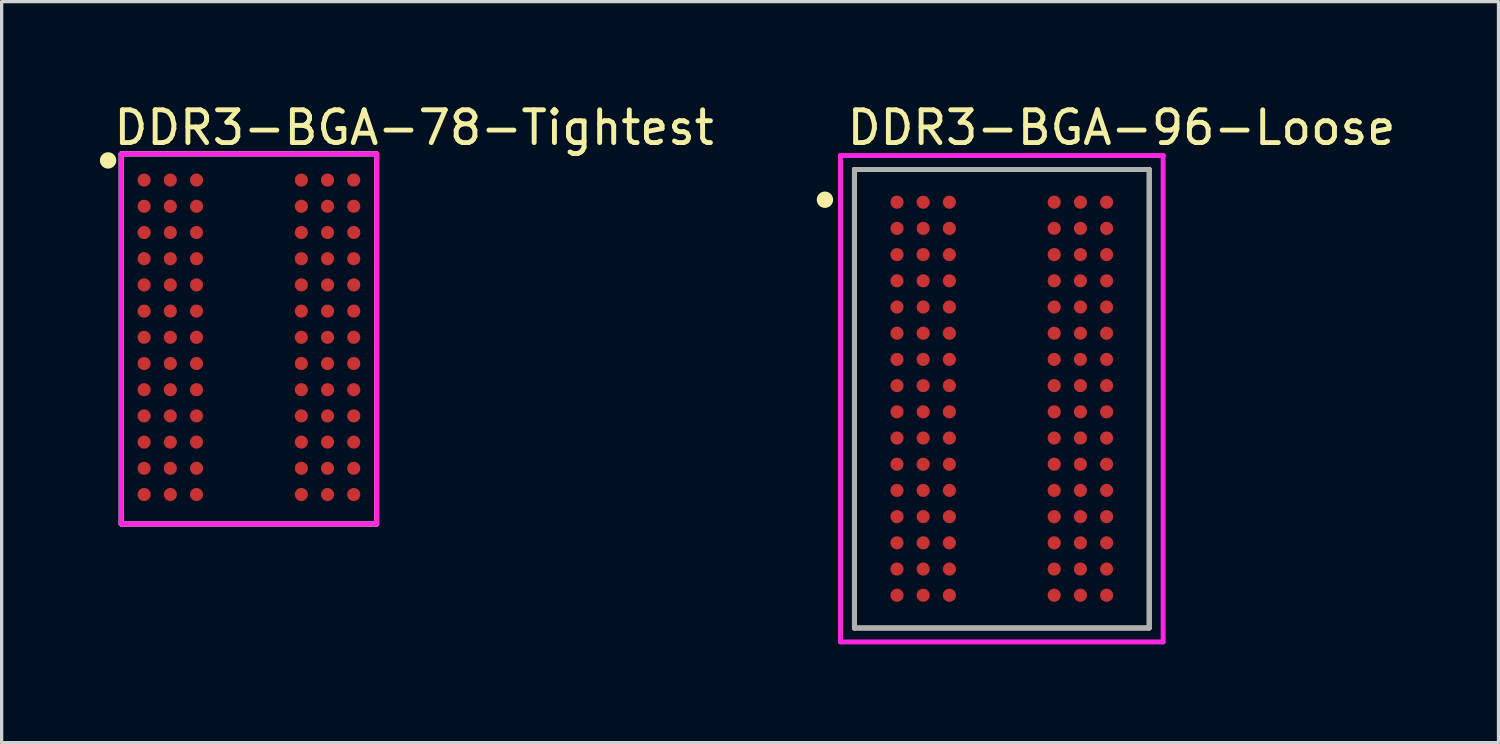
<source format=kicad_pcb>
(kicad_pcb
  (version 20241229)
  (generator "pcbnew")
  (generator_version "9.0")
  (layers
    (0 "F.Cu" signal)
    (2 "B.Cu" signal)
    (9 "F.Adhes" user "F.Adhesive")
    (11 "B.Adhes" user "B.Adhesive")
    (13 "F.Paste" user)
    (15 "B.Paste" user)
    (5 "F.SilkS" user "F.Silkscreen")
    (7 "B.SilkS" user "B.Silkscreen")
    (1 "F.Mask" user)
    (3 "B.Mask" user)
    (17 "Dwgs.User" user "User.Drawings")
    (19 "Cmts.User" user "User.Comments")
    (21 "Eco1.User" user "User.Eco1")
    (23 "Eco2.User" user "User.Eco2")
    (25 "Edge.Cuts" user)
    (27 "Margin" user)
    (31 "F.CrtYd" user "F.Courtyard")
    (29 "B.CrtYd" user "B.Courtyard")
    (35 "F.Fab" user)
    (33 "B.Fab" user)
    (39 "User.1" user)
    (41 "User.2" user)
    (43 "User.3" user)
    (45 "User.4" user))
  (footprint "DDR3-BGA-96-Loose"
    (layer "F.Cu")
    (at 27.536 9.123)
    (property "Reference" "DDR3-BGA-96-Loose" (at -4.8 -8.275 0) (layer "F.SilkS") (effects (font (size 1 1) (thickness 0.15)) (justify left)))
    (attr through_hole)
    (fp_line (start -4.5 -7) (end 4.5 -7) (stroke (width 0.15) (type solid)) (layer "F.SilkS"))
    (fp_line (start -4.5 7) (end -4.5 -7) (stroke (width 0.15) (type solid)) (layer "F.SilkS"))
    (fp_line (start 4.5 -7) (end 4.5 7) (stroke (width 0.15) (type solid)) (layer "F.SilkS"))
    (fp_line (start 4.5 7) (end -4.5 7) (stroke (width 0.15) (type solid)) (layer "F.SilkS"))
    (fp_circle (center -5.4 -6.075) (end -5.275 -6.075) (stroke (width 0.25) (type solid)) (fill no) (layer "F.SilkS"))
    (fp_line (start -4.925 -7.425) (end -4.925 7.425) (stroke (width 0.15) (type solid)) (layer "F.CrtYd"))
    (fp_line (start -4.925 7.425) (end 4.925 7.425) (stroke (width 0.15) (type solid)) (layer "F.CrtYd"))
    (fp_line (start 4.925 -7.425) (end -4.925 -7.425) (stroke (width 0.15) (type solid)) (layer "F.CrtYd"))
    (fp_line (start 4.925 -7.425) (end 4.925 -7.425) (stroke (width 0.15) (type solid)) (layer "F.CrtYd"))
    (fp_line (start 4.925 7.425) (end 4.925 -7.425) (stroke (width 0.15) (type solid)) (layer "F.CrtYd"))
    (fp_line (start -4.5 -7) (end 4.5 -7) (stroke (width 0.15) (type solid)) (layer "F.Fab"))
    (fp_line (start -4.5 7) (end -4.5 -7) (stroke (width 0.15) (type solid)) (layer "F.Fab"))
    (fp_line (start 4.5 -7) (end 4.5 7) (stroke (width 0.15) (type solid)) (layer "F.Fab"))
    (fp_line (start 4.5 7) (end -4.5 7) (stroke (width 0.15) (type solid)) (layer "F.Fab"))
    (pad "A1" smd circle (at -3.2 -6) (size 0.4 0.4) (layers "F.Cu" "F.Mask" "F.Paste"))
    (pad "A2" smd circle (at -2.4 -6) (size 0.4 0.4) (layers "F.Cu" "F.Mask" "F.Paste"))
    (pad "A3" smd circle (at -1.6 -6) (size 0.4 0.4) (layers "F.Cu" "F.Mask" "F.Paste"))
    (pad "A7" smd circle (at 1.6 -6) (size 0.4 0.4) (layers "F.Cu" "F.Mask" "F.Paste"))
    (pad "A8" smd circle (at 2.4 -6) (size 0.4 0.4) (layers "F.Cu" "F.Mask" "F.Paste"))
    (pad "A9" smd circle (at 3.2 -6) (size 0.4 0.4) (layers "F.Cu" "F.Mask" "F.Paste"))
    (pad "B1" smd circle (at -3.2 -5.2) (size 0.4 0.4) (layers "F.Cu" "F.Mask" "F.Paste"))
    (pad "B2" smd circle (at -2.4 -5.2) (size 0.4 0.4) (layers "F.Cu" "F.Mask" "F.Paste"))
    (pad "B3" smd circle (at -1.6 -5.2) (size 0.4 0.4) (layers "F.Cu" "F.Mask" "F.Paste"))
    (pad "B7" smd circle (at 1.6 -5.2) (size 0.4 0.4) (layers "F.Cu" "F.Mask" "F.Paste"))
    (pad "B8" smd circle (at 2.4 -5.2) (size 0.4 0.4) (layers "F.Cu" "F.Mask" "F.Paste"))
    (pad "B9" smd circle (at 3.2 -5.2) (size 0.4 0.4) (layers "F.Cu" "F.Mask" "F.Paste"))
    (pad "C1" smd circle (at -3.2 -4.4) (size 0.4 0.4) (layers "F.Cu" "F.Mask" "F.Paste"))
    (pad "C2" smd circle (at -2.4 -4.4) (size 0.4 0.4) (layers "F.Cu" "F.Mask" "F.Paste"))
    (pad "C3" smd circle (at -1.6 -4.4) (size 0.4 0.4) (layers "F.Cu" "F.Mask" "F.Paste"))
    (pad "C7" smd circle (at 1.6 -4.4) (size 0.4 0.4) (layers "F.Cu" "F.Mask" "F.Paste"))
    (pad "C8" smd circle (at 2.4 -4.4) (size 0.4 0.4) (layers "F.Cu" "F.Mask" "F.Paste"))
    (pad "C9" smd circle (at 3.2 -4.4) (size 0.4 0.4) (layers "F.Cu" "F.Mask" "F.Paste"))
    (pad "D1" smd circle (at -3.2 -3.6) (size 0.4 0.4) (layers "F.Cu" "F.Mask" "F.Paste"))
    (pad "D2" smd circle (at -2.4 -3.6) (size 0.4 0.4) (layers "F.Cu" "F.Mask" "F.Paste"))
    (pad "D3" smd circle (at -1.6 -3.6) (size 0.4 0.4) (layers "F.Cu" "F.Mask" "F.Paste"))
    (pad "D7" smd circle (at 1.6 -3.6) (size 0.4 0.4) (layers "F.Cu" "F.Mask" "F.Paste"))
    (pad "D8" smd circle (at 2.4 -3.6) (size 0.4 0.4) (layers "F.Cu" "F.Mask" "F.Paste"))
    (pad "D9" smd circle (at 3.2 -3.6) (size 0.4 0.4) (layers "F.Cu" "F.Mask" "F.Paste"))
    (pad "E1" smd circle (at -3.2 -2.8) (size 0.4 0.4) (layers "F.Cu" "F.Mask" "F.Paste"))
    (pad "E2" smd circle (at -2.4 -2.8) (size 0.4 0.4) (layers "F.Cu" "F.Mask" "F.Paste"))
    (pad "E3" smd circle (at -1.6 -2.8) (size 0.4 0.4) (layers "F.Cu" "F.Mask" "F.Paste"))
    (pad "E7" smd circle (at 1.6 -2.8) (size 0.4 0.4) (layers "F.Cu" "F.Mask" "F.Paste"))
    (pad "E8" smd circle (at 2.4 -2.8) (size 0.4 0.4) (layers "F.Cu" "F.Mask" "F.Paste"))
    (pad "E9" smd circle (at 3.2 -2.8) (size 0.4 0.4) (layers "F.Cu" "F.Mask" "F.Paste"))
    (pad "F1" smd circle (at -3.2 -2) (size 0.4 0.4) (layers "F.Cu" "F.Mask" "F.Paste"))
    (pad "F2" smd circle (at -2.4 -2) (size 0.4 0.4) (layers "F.Cu" "F.Mask" "F.Paste"))
    (pad "F3" smd circle (at -1.6 -2) (size 0.4 0.4) (layers "F.Cu" "F.Mask" "F.Paste"))
    (pad "F7" smd circle (at 1.6 -2) (size 0.4 0.4) (layers "F.Cu" "F.Mask" "F.Paste"))
    (pad "F8" smd circle (at 2.4 -2) (size 0.4 0.4) (layers "F.Cu" "F.Mask" "F.Paste"))
    (pad "F9" smd circle (at 3.2 -2) (size 0.4 0.4) (layers "F.Cu" "F.Mask" "F.Paste"))
    (pad "G1" smd circle (at -3.2 -1.2) (size 0.4 0.4) (layers "F.Cu" "F.Mask" "F.Paste"))
    (pad "G2" smd circle (at -2.4 -1.2) (size 0.4 0.4) (layers "F.Cu" "F.Mask" "F.Paste"))
    (pad "G3" smd circle (at -1.6 -1.2) (size 0.4 0.4) (layers "F.Cu" "F.Mask" "F.Paste"))
    (pad "G7" smd circle (at 1.6 -1.2) (size 0.4 0.4) (layers "F.Cu" "F.Mask" "F.Paste"))
    (pad "G8" smd circle (at 2.4 -1.2) (size 0.4 0.4) (layers "F.Cu" "F.Mask" "F.Paste"))
    (pad "G9" smd circle (at 3.2 -1.2) (size 0.4 0.4) (layers "F.Cu" "F.Mask" "F.Paste"))
    (pad "H1" smd circle (at -3.2 -0.4) (size 0.4 0.4) (layers "F.Cu" "F.Mask" "F.Paste"))
    (pad "H2" smd circle (at -2.4 -0.4) (size 0.4 0.4) (layers "F.Cu" "F.Mask" "F.Paste"))
    (pad "H3" smd circle (at -1.6 -0.4) (size 0.4 0.4) (layers "F.Cu" "F.Mask" "F.Paste"))
    (pad "H7" smd circle (at 1.6 -0.4) (size 0.4 0.4) (layers "F.Cu" "F.Mask" "F.Paste"))
    (pad "H8" smd circle (at 2.4 -0.4) (size 0.4 0.4) (layers "F.Cu" "F.Mask" "F.Paste"))
    (pad "H9" smd circle (at 3.2 -0.4) (size 0.4 0.4) (layers "F.Cu" "F.Mask" "F.Paste"))
    (pad "J1" smd circle (at -3.2 0.4) (size 0.4 0.4) (layers "F.Cu" "F.Mask" "F.Paste"))
    (pad "J2" smd circle (at -2.4 0.4) (size 0.4 0.4) (layers "F.Cu" "F.Mask" "F.Paste"))
    (pad "J3" smd circle (at -1.6 0.4) (size 0.4 0.4) (layers "F.Cu" "F.Mask" "F.Paste"))
    (pad "J7" smd circle (at 1.6 0.4) (size 0.4 0.4) (layers "F.Cu" "F.Mask" "F.Paste"))
    (pad "J8" smd circle (at 2.4 0.4) (size 0.4 0.4) (layers "F.Cu" "F.Mask" "F.Paste"))
    (pad "J9" smd circle (at 3.2 0.4) (size 0.4 0.4) (layers "F.Cu" "F.Mask" "F.Paste"))
    (pad "K1" smd circle (at -3.2 1.2) (size 0.4 0.4) (layers "F.Cu" "F.Mask" "F.Paste"))
    (pad "K2" smd circle (at -2.4 1.2) (size 0.4 0.4) (layers "F.Cu" "F.Mask" "F.Paste"))
    (pad "K3" smd circle (at -1.6 1.2) (size 0.4 0.4) (layers "F.Cu" "F.Mask" "F.Paste"))
    (pad "K7" smd circle (at 1.6 1.2) (size 0.4 0.4) (layers "F.Cu" "F.Mask" "F.Paste"))
    (pad "K8" smd circle (at 2.4 1.2) (size 0.4 0.4) (layers "F.Cu" "F.Mask" "F.Paste"))
    (pad "K9" smd circle (at 3.2 1.2) (size 0.4 0.4) (layers "F.Cu" "F.Mask" "F.Paste"))
    (pad "L1" smd circle (at -3.2 2) (size 0.4 0.4) (layers "F.Cu" "F.Mask" "F.Paste"))
    (pad "L2" smd circle (at -2.4 2) (size 0.4 0.4) (layers "F.Cu" "F.Mask" "F.Paste"))
    (pad "L3" smd circle (at -1.6 2) (size 0.4 0.4) (layers "F.Cu" "F.Mask" "F.Paste"))
    (pad "L7" smd circle (at 1.6 2) (size 0.4 0.4) (layers "F.Cu" "F.Mask" "F.Paste"))
    (pad "L8" smd circle (at 2.4 2) (size 0.4 0.4) (layers "F.Cu" "F.Mask" "F.Paste"))
    (pad "L9" smd circle (at 3.2 2) (size 0.4 0.4) (layers "F.Cu" "F.Mask" "F.Paste"))
    (pad "M1" smd circle (at -3.2 2.8) (size 0.4 0.4) (layers "F.Cu" "F.Mask" "F.Paste"))
    (pad "M2" smd circle (at -2.4 2.8) (size 0.4 0.4) (layers "F.Cu" "F.Mask" "F.Paste"))
    (pad "M3" smd circle (at -1.6 2.8) (size 0.4 0.4) (layers "F.Cu" "F.Mask" "F.Paste"))
    (pad "M7" smd circle (at 1.6 2.8) (size 0.4 0.4) (layers "F.Cu" "F.Mask" "F.Paste"))
    (pad "M8" smd circle (at 2.4 2.8) (size 0.4 0.4) (layers "F.Cu" "F.Mask" "F.Paste"))
    (pad "M9" smd circle (at 3.2 2.8) (size 0.4 0.4) (layers "F.Cu" "F.Mask" "F.Paste"))
    (pad "N1" smd circle (at -3.2 3.6) (size 0.4 0.4) (layers "F.Cu" "F.Mask" "F.Paste"))
    (pad "N2" smd circle (at -2.4 3.6) (size 0.4 0.4) (layers "F.Cu" "F.Mask" "F.Paste"))
    (pad "N3" smd circle (at -1.6 3.6) (size 0.4 0.4) (layers "F.Cu" "F.Mask" "F.Paste"))
    (pad "N7" smd circle (at 1.6 3.6) (size 0.4 0.4) (layers "F.Cu" "F.Mask" "F.Paste"))
    (pad "N8" smd circle (at 2.4 3.6) (size 0.4 0.4) (layers "F.Cu" "F.Mask" "F.Paste"))
    (pad "N9" smd circle (at 3.2 3.6) (size 0.4 0.4) (layers "F.Cu" "F.Mask" "F.Paste"))
    (pad "P1" smd circle (at -3.2 4.4) (size 0.4 0.4) (layers "F.Cu" "F.Mask" "F.Paste"))
    (pad "P2" smd circle (at -2.4 4.4) (size 0.4 0.4) (layers "F.Cu" "F.Mask" "F.Paste"))
    (pad "P3" smd circle (at -1.6 4.4) (size 0.4 0.4) (layers "F.Cu" "F.Mask" "F.Paste"))
    (pad "P7" smd circle (at 1.6 4.4) (size 0.4 0.4) (layers "F.Cu" "F.Mask" "F.Paste"))
    (pad "P8" smd circle (at 2.4 4.4) (size 0.4 0.4) (layers "F.Cu" "F.Mask" "F.Paste"))
    (pad "P9" smd circle (at 3.2 4.4) (size 0.4 0.4) (layers "F.Cu" "F.Mask" "F.Paste"))
    (pad "R1" smd circle (at -3.2 5.2) (size 0.4 0.4) (layers "F.Cu" "F.Mask" "F.Paste"))
    (pad "R2" smd circle (at -2.4 5.2) (size 0.4 0.4) (layers "F.Cu" "F.Mask" "F.Paste"))
    (pad "R3" smd circle (at -1.6 5.2) (size 0.4 0.4) (layers "F.Cu" "F.Mask" "F.Paste"))
    (pad "R7" smd circle (at 1.6 5.2) (size 0.4 0.4) (layers "F.Cu" "F.Mask" "F.Paste"))
    (pad "R8" smd circle (at 2.4 5.2) (size 0.4 0.4) (layers "F.Cu" "F.Mask" "F.Paste"))
    (pad "R9" smd circle (at 3.2 5.2) (size 0.4 0.4) (layers "F.Cu" "F.Mask" "F.Paste"))
    (pad "T1" smd circle (at -3.2 6) (size 0.4 0.4) (layers "F.Cu" "F.Mask" "F.Paste"))
    (pad "T2" smd circle (at -2.4 6) (size 0.4 0.4) (layers "F.Cu" "F.Mask" "F.Paste"))
    (pad "T3" smd circle (at -1.6 6) (size 0.4 0.4) (layers "F.Cu" "F.Mask" "F.Paste"))
    (pad "T7" smd circle (at 1.6 6) (size 0.4 0.4) (layers "F.Cu" "F.Mask" "F.Paste"))
    (pad "T8" smd circle (at 2.4 6) (size 0.4 0.4) (layers "F.Cu" "F.Mask" "F.Paste"))
    (pad "T9" smd circle (at 3.2 6) (size 0.4 0.4) (layers "F.Cu" "F.Mask" "F.Paste")))
  (footprint "DDR3-BGA-78-Tightest"
    (layer "F.Cu")
    (at 4.55 8.448)
    (property "Reference" "DDR3-BGA-78-Tightest" (at -4.2 -7.6 0) (layer "F.SilkS") (effects (font (size 1 1) (thickness 0.15)) (justify left)))
    (attr through_hole)
    (fp_line (start -3.9 -6.8) (end 3.9 -6.8) (stroke (width 0.15) (type solid)) (layer "F.SilkS"))
    (fp_line (start -3.9 4.5) (end -3.9 -6.8) (stroke (width 0.15) (type solid)) (layer "F.SilkS"))
    (fp_line (start 3.9 -6.8) (end 3.9 4.5) (stroke (width 0.15) (type solid)) (layer "F.SilkS"))
    (fp_line (start 3.9 4.5) (end -3.9 4.5) (stroke (width 0.15) (type solid)) (layer "F.SilkS"))
    (fp_circle (center -4.3 -6.6) (end -4.175 -6.6) (stroke (width 0.25) (type solid)) (fill no) (layer "F.SilkS"))
    (fp_line (start -3.9 -6.8) (end -3.9 4.5) (stroke (width 0.15) (type solid)) (layer "F.CrtYd"))
    (fp_line (start -3.9 4.5) (end 3.9 4.5) (stroke (width 0.15) (type solid)) (layer "F.CrtYd"))
    (fp_line (start 3.9 -6.8) (end -3.9 -6.8) (stroke (width 0.15) (type solid)) (layer "F.CrtYd"))
    (fp_line (start 3.9 4.5) (end 3.9 -6.8) (stroke (width 0.15) (type solid)) (layer "F.CrtYd"))
    (fp_line (start -3.9 -6.8) (end 3.9 -6.8) (stroke (width 0.15) (type solid)) (layer "F.Fab"))
    (fp_line (start -3.9 4.5) (end -3.9 -6.8) (stroke (width 0.15) (type solid)) (layer "F.Fab"))
    (fp_line (start 3.9 -6.8) (end 3.9 4.5) (stroke (width 0.15) (type solid)) (layer "F.Fab"))
    (fp_line (start 3.9 4.5) (end -3.9 4.5) (stroke (width 0.15) (type solid)) (layer "F.Fab"))
    (pad "A1" smd circle (at -3.2 -6) (size 0.4 0.4) (layers "F.Cu" "F.Mask" "F.Paste"))
    (pad "A2" smd circle (at -2.4 -6) (size 0.4 0.4) (layers "F.Cu" "F.Mask" "F.Paste"))
    (pad "A3" smd circle (at -1.6 -6) (size 0.4 0.4) (layers "F.Cu" "F.Mask" "F.Paste"))
    (pad "A7" smd circle (at 1.6 -6) (size 0.4 0.4) (layers "F.Cu" "F.Mask" "F.Paste"))
    (pad "A8" smd circle (at 2.4 -6) (size 0.4 0.4) (layers "F.Cu" "F.Mask" "F.Paste"))
    (pad "A9" smd circle (at 3.2 -6) (size 0.4 0.4) (layers "F.Cu" "F.Mask" "F.Paste"))
    (pad "B1" smd circle (at -3.2 -5.2) (size 0.4 0.4) (layers "F.Cu" "F.Mask" "F.Paste"))
    (pad "B2" smd circle (at -2.4 -5.2) (size 0.4 0.4) (layers "F.Cu" "F.Mask" "F.Paste"))
    (pad "B3" smd circle (at -1.6 -5.2) (size 0.4 0.4) (layers "F.Cu" "F.Mask" "F.Paste"))
    (pad "B7" smd circle (at 1.6 -5.2) (size 0.4 0.4) (layers "F.Cu" "F.Mask" "F.Paste"))
    (pad "B8" smd circle (at 2.4 -5.2) (size 0.4 0.4) (layers "F.Cu" "F.Mask" "F.Paste"))
    (pad "B9" smd circle (at 3.2 -5.2) (size 0.4 0.4) (layers "F.Cu" "F.Mask" "F.Paste"))
    (pad "C1" smd circle (at -3.2 -4.4) (size 0.4 0.4) (layers "F.Cu" "F.Mask" "F.Paste"))
    (pad "C2" smd circle (at -2.4 -4.4) (size 0.4 0.4) (layers "F.Cu" "F.Mask" "F.Paste"))
    (pad "C3" smd circle (at -1.6 -4.4) (size 0.4 0.4) (layers "F.Cu" "F.Mask" "F.Paste"))
    (pad "C7" smd circle (at 1.6 -4.4) (size 0.4 0.4) (layers "F.Cu" "F.Mask" "F.Paste"))
    (pad "C8" smd circle (at 2.4 -4.4) (size 0.4 0.4) (layers "F.Cu" "F.Mask" "F.Paste"))
    (pad "C9" smd circle (at 3.2 -4.4) (size 0.4 0.4) (layers "F.Cu" "F.Mask" "F.Paste"))
    (pad "D1" smd circle (at -3.2 -3.6) (size 0.4 0.4) (layers "F.Cu" "F.Mask" "F.Paste"))
    (pad "D2" smd circle (at -2.4 -3.6) (size 0.4 0.4) (layers "F.Cu" "F.Mask" "F.Paste"))
    (pad "D3" smd circle (at -1.6 -3.6) (size 0.4 0.4) (layers "F.Cu" "F.Mask" "F.Paste"))
    (pad "D7" smd circle (at 1.6 -3.6) (size 0.4 0.4) (layers "F.Cu" "F.Mask" "F.Paste"))
    (pad "D8" smd circle (at 2.4 -3.6) (size 0.4 0.4) (layers "F.Cu" "F.Mask" "F.Paste"))
    (pad "D9" smd circle (at 3.2 -3.6) (size 0.4 0.4) (layers "F.Cu" "F.Mask" "F.Paste"))
    (pad "E1" smd circle (at -3.2 -2.8) (size 0.4 0.4) (layers "F.Cu" "F.Mask" "F.Paste"))
    (pad "E2" smd circle (at -2.4 -2.8) (size 0.4 0.4) (layers "F.Cu" "F.Mask" "F.Paste"))
    (pad "E3" smd circle (at -1.6 -2.8) (size 0.4 0.4) (layers "F.Cu" "F.Mask" "F.Paste"))
    (pad "E7" smd circle (at 1.6 -2.8) (size 0.4 0.4) (layers "F.Cu" "F.Mask" "F.Paste"))
    (pad "E8" smd circle (at 2.4 -2.8) (size 0.4 0.4) (layers "F.Cu" "F.Mask" "F.Paste"))
    (pad "E9" smd circle (at 3.2 -2.8) (size 0.4 0.4) (layers "F.Cu" "F.Mask" "F.Paste"))
    (pad "F1" smd circle (at -3.2 -2) (size 0.4 0.4) (layers "F.Cu" "F.Mask" "F.Paste"))
    (pad "F2" smd circle (at -2.4 -2) (size 0.4 0.4) (layers "F.Cu" "F.Mask" "F.Paste"))
    (pad "F3" smd circle (at -1.6 -2) (size 0.4 0.4) (layers "F.Cu" "F.Mask" "F.Paste"))
    (pad "F7" smd circle (at 1.6 -2) (size 0.4 0.4) (layers "F.Cu" "F.Mask" "F.Paste"))
    (pad "F8" smd circle (at 2.4 -2) (size 0.4 0.4) (layers "F.Cu" "F.Mask" "F.Paste"))
    (pad "F9" smd circle (at 3.2 -2) (size 0.4 0.4) (layers "F.Cu" "F.Mask" "F.Paste"))
    (pad "G1" smd circle (at -3.2 -1.2) (size 0.4 0.4) (layers "F.Cu" "F.Mask" "F.Paste"))
    (pad "G2" smd circle (at -2.4 -1.2) (size 0.4 0.4) (layers "F.Cu" "F.Mask" "F.Paste"))
    (pad "G3" smd circle (at -1.6 -1.2) (size 0.4 0.4) (layers "F.Cu" "F.Mask" "F.Paste"))
    (pad "G7" smd circle (at 1.6 -1.2) (size 0.4 0.4) (layers "F.Cu" "F.Mask" "F.Paste"))
    (pad "G8" smd circle (at 2.4 -1.2) (size 0.4 0.4) (layers "F.Cu" "F.Mask" "F.Paste"))
    (pad "G9" smd circle (at 3.2 -1.2) (size 0.4 0.4) (layers "F.Cu" "F.Mask" "F.Paste"))
    (pad "H1" smd circle (at -3.2 -0.4) (size 0.4 0.4) (layers "F.Cu" "F.Mask" "F.Paste"))
    (pad "H2" smd circle (at -2.4 -0.4) (size 0.4 0.4) (layers "F.Cu" "F.Mask" "F.Paste"))
    (pad "H3" smd circle (at -1.6 -0.4) (size 0.4 0.4) (layers "F.Cu" "F.Mask" "F.Paste"))
    (pad "H7" smd circle (at 1.6 -0.4) (size 0.4 0.4) (layers "F.Cu" "F.Mask" "F.Paste"))
    (pad "H8" smd circle (at 2.4 -0.4) (size 0.4 0.4) (layers "F.Cu" "F.Mask" "F.Paste"))
    (pad "H9" smd circle (at 3.2 -0.4) (size 0.4 0.4) (layers "F.Cu" "F.Mask" "F.Paste"))
    (pad "J1" smd circle (at -3.2 0.4) (size 0.4 0.4) (layers "F.Cu" "F.Mask" "F.Paste"))
    (pad "J2" smd circle (at -2.4 0.4) (size 0.4 0.4) (layers "F.Cu" "F.Mask" "F.Paste"))
    (pad "J3" smd circle (at -1.6 0.4) (size 0.4 0.4) (layers "F.Cu" "F.Mask" "F.Paste"))
    (pad "J7" smd circle (at 1.6 0.4) (size 0.4 0.4) (layers "F.Cu" "F.Mask" "F.Paste"))
    (pad "J8" smd circle (at 2.4 0.4) (size 0.4 0.4) (layers "F.Cu" "F.Mask" "F.Paste"))
    (pad "J9" smd circle (at 3.2 0.4) (size 0.4 0.4) (layers "F.Cu" "F.Mask" "F.Paste"))
    (pad "K1" smd circle (at -3.2 1.2) (size 0.4 0.4) (layers "F.Cu" "F.Mask" "F.Paste"))
    (pad "K2" smd circle (at -2.4 1.2) (size 0.4 0.4) (layers "F.Cu" "F.Mask" "F.Paste"))
    (pad "K3" smd circle (at -1.6 1.2) (size 0.4 0.4) (layers "F.Cu" "F.Mask" "F.Paste"))
    (pad "K7" smd circle (at 1.6 1.2) (size 0.4 0.4) (layers "F.Cu" "F.Mask" "F.Paste"))
    (pad "K8" smd circle (at 2.4 1.2) (size 0.4 0.4) (layers "F.Cu" "F.Mask" "F.Paste"))
    (pad "K9" smd circle (at 3.2 1.2) (size 0.4 0.4) (layers "F.Cu" "F.Mask" "F.Paste"))
    (pad "L1" smd circle (at -3.2 2) (size 0.4 0.4) (layers "F.Cu" "F.Mask" "F.Paste"))
    (pad "L2" smd circle (at -2.4 2) (size 0.4 0.4) (layers "F.Cu" "F.Mask" "F.Paste"))
    (pad "L3" smd circle (at -1.6 2) (size 0.4 0.4) (layers "F.Cu" "F.Mask" "F.Paste"))
    (pad "L7" smd circle (at 1.6 2) (size 0.4 0.4) (layers "F.Cu" "F.Mask" "F.Paste"))
    (pad "L8" smd circle (at 2.4 2) (size 0.4 0.4) (layers "F.Cu" "F.Mask" "F.Paste"))
    (pad "L9" smd circle (at 3.2 2) (size 0.4 0.4) (layers "F.Cu" "F.Mask" "F.Paste"))
    (pad "M1" smd circle (at -3.2 2.8) (size 0.4 0.4) (layers "F.Cu" "F.Mask" "F.Paste"))
    (pad "M2" smd circle (at -2.4 2.8) (size 0.4 0.4) (layers "F.Cu" "F.Mask" "F.Paste"))
    (pad "M3" smd circle (at -1.6 2.8) (size 0.4 0.4) (layers "F.Cu" "F.Mask" "F.Paste"))
    (pad "M7" smd circle (at 1.6 2.8) (size 0.4 0.4) (layers "F.Cu" "F.Mask" "F.Paste"))
    (pad "M8" smd circle (at 2.4 2.8) (size 0.4 0.4) (layers "F.Cu" "F.Mask" "F.Paste"))
    (pad "M9" smd circle (at 3.2 2.8) (size 0.4 0.4) (layers "F.Cu" "F.Mask" "F.Paste"))
    (pad "N1" smd circle (at -3.2 3.6) (size 0.4 0.4) (layers "F.Cu" "F.Mask" "F.Paste"))
    (pad "N2" smd circle (at -2.4 3.6) (size 0.4 0.4) (layers "F.Cu" "F.Mask" "F.Paste"))
    (pad "N3" smd circle (at -1.6 3.6) (size 0.4 0.4) (layers "F.Cu" "F.Mask" "F.Paste"))
    (pad "N7" smd circle (at 1.6 3.6) (size 0.4 0.4) (layers "F.Cu" "F.Mask" "F.Paste"))
    (pad "N8" smd circle (at 2.4 3.6) (size 0.4 0.4) (layers "F.Cu" "F.Mask" "F.Paste"))
    (pad "N9" smd circle (at 3.2 3.6) (size 0.4 0.4) (layers "F.Cu" "F.Mask" "F.Paste")))
  (gr_rect
    (start -3 -3)
    (end 42.7 19.623)
    (stroke (width 0.1) (type default))
    (fill no)
    (layer "Edge.Cuts")))
</source>
